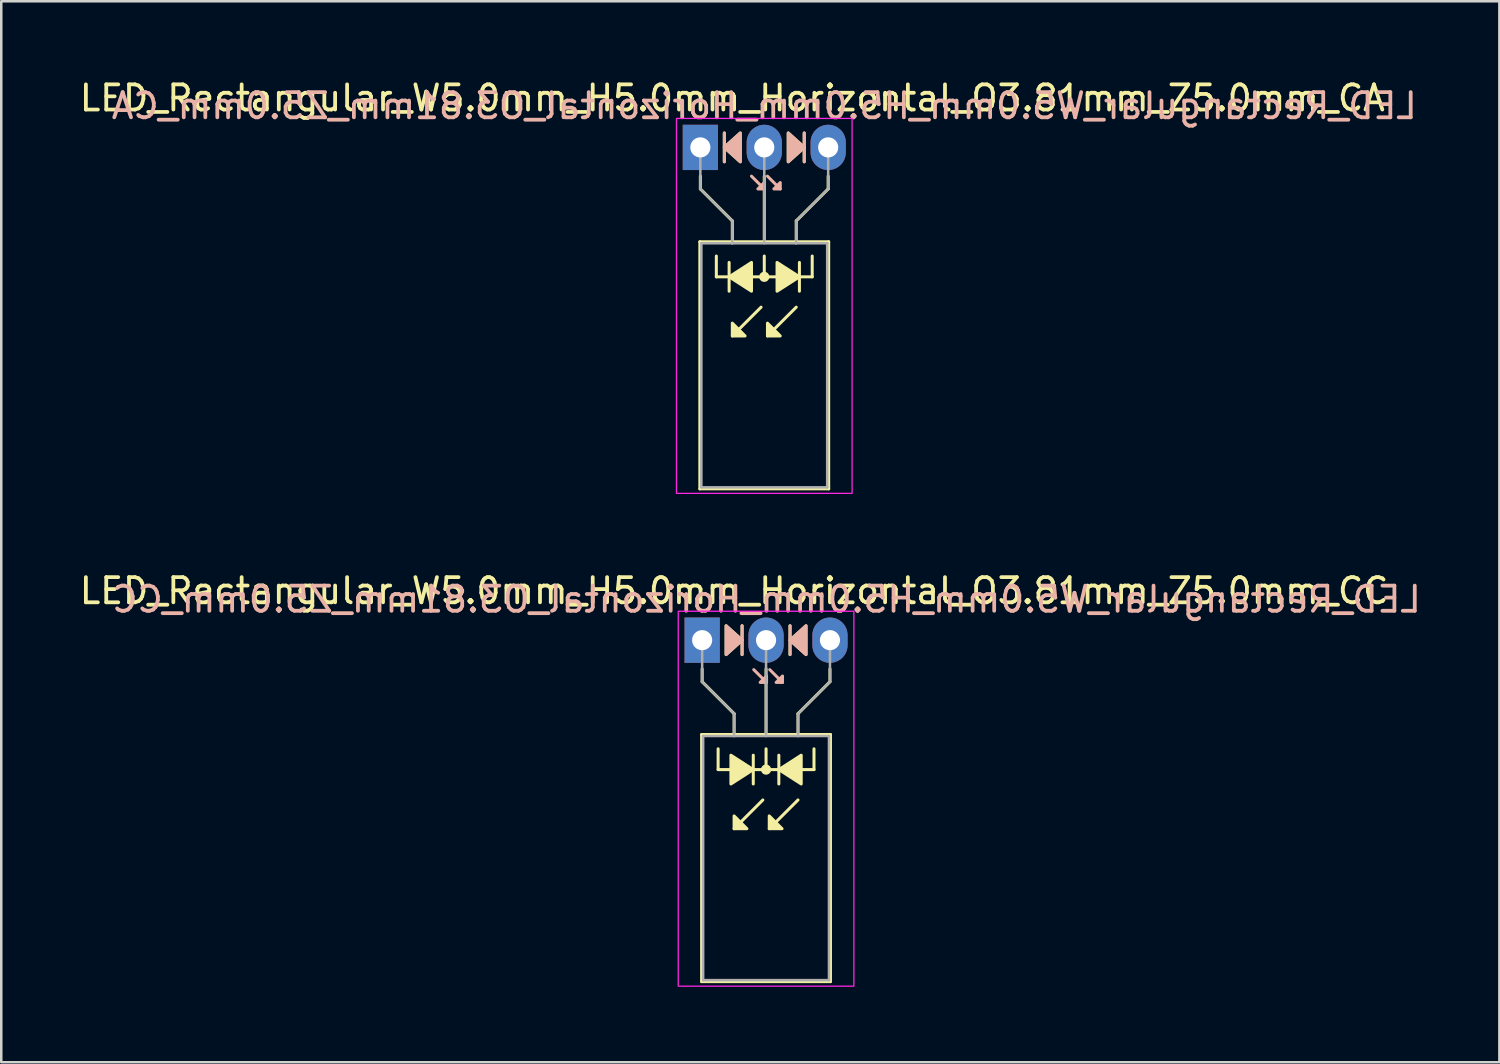
<source format=kicad_pcb>
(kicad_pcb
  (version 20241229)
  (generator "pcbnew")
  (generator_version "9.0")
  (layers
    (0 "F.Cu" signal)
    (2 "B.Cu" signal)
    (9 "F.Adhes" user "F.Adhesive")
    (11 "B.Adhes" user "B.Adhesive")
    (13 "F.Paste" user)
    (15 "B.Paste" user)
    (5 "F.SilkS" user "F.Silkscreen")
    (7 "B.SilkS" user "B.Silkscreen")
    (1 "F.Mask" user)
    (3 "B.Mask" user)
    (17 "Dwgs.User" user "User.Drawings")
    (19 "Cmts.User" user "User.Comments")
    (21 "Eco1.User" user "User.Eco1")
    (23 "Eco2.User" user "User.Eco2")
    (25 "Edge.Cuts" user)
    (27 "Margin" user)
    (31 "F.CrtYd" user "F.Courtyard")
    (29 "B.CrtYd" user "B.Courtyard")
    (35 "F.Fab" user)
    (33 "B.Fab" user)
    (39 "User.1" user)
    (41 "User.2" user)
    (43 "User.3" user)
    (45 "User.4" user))
  (footprint "LED_Rectangular_W5.0mm_H5.0mm_Horizontal_O3.81mm_Z5.0mm_CA"
    (layer "F.Cu")
    (at 24.784 2.808)
    (property "Reference" "LED_Rectangular_W5.0mm_H5.0mm_Horizontal_O3.81mm_Z5.0mm_CA" (at 1.27 -1.96 0) (layer "F.SilkS") (effects (font (size 1 1) (thickness 0.15))))
    (fp_line (start -0.02 3.75) (end -0.02 13.57) (stroke (width 0.12) (type solid)) (layer "F.SilkS"))
    (fp_line (start -0.02 13.57) (end 5.1 13.57) (stroke (width 0.12) (type solid)) (layer "F.SilkS"))
    (fp_line (start 0 1.143) (end 0 1.651) (stroke (width 0.12) (type default)) (layer "F.SilkS"))
    (fp_line (start 0 1.651) (end 1.27 2.921) (stroke (width 0.12) (type default)) (layer "F.SilkS"))
    (fp_line (start 0.635 5.144) (end 0.635 4.318) (stroke (width 0.12) (type default)) (layer "F.SilkS"))
    (fp_line (start 0.635 5.144) (end 4.445 5.144) (stroke (width 0.12) (type default)) (layer "F.SilkS"))
    (fp_line (start 0.953 -0.572) (end 0.953 0.572) (stroke (width 0.12) (type solid)) (layer "F.SilkS"))
    (fp_line (start 1.143 4.572) (end 1.143 5.715) (stroke (width 0.12) (type solid)) (layer "F.SilkS"))
    (fp_line (start 1.27 2.921) (end 1.27 3.75) (stroke (width 0.12) (type default)) (layer "F.SilkS"))
    (fp_line (start 1.27 3.75) (end 1.27 3.75) (stroke (width 0.12) (type solid)) (layer "F.SilkS"))
    (fp_line (start 2.413 6.35) (end 1.27 7.493) (stroke (width 0.12) (type solid)) (layer "F.SilkS"))
    (fp_line (start 2.54 3.75) (end 2.54 1.143) (stroke (width 0.12) (type default)) (layer "F.SilkS"))
    (fp_line (start 2.54 5.144) (end 2.54 4.318) (stroke (width 0.12) (type default)) (layer "F.SilkS"))
    (fp_line (start 3.81 2.921) (end 3.81 3.75) (stroke (width 0.12) (type default)) (layer "F.SilkS"))
    (fp_line (start 3.81 3.75) (end 3.81 3.75) (stroke (width 0.12) (type solid)) (layer "F.SilkS"))
    (fp_line (start 3.81 6.35) (end 2.667 7.493) (stroke (width 0.12) (type solid)) (layer "F.SilkS"))
    (fp_line (start 3.937 5.715) (end 3.937 4.572) (stroke (width 0.12) (type solid)) (layer "F.SilkS"))
    (fp_line (start 4.128 0.572) (end 4.128 -0.572) (stroke (width 0.12) (type solid)) (layer "F.SilkS"))
    (fp_line (start 4.445 5.144) (end 4.445 4.318) (stroke (width 0.12) (type default)) (layer "F.SilkS"))
    (fp_line (start 5.08 1.143) (end 5.08 1.651) (stroke (width 0.12) (type default)) (layer "F.SilkS"))
    (fp_line (start 5.08 1.651) (end 3.81 2.921) (stroke (width 0.12) (type default)) (layer "F.SilkS"))
    (fp_line (start 5.1 3.75) (end -0.02 3.75) (stroke (width 0.12) (type solid)) (layer "F.SilkS"))
    (fp_line (start 5.1 13.57) (end 5.1 3.75) (stroke (width 0.12) (type solid)) (layer "F.SilkS"))
    (fp_circle (center 2.54 5.144) (end 2.682 5.144) (stroke (width 0.12) (type solid)) (fill yes) (layer "F.SilkS"))
    (fp_poly (pts (xy 1.27 6.985) (xy 1.778 7.493) (xy 1.27 7.493)) (stroke (width 0.12) (type solid)) (fill yes) (layer "F.SilkS"))
    (fp_poly (pts (xy 1.587 0.572) (xy 0.953 0) (xy 1.587 -0.572)) (stroke (width 0.12) (type solid)) (fill yes) (layer "F.SilkS"))
    (fp_poly (pts (xy 2.032 5.715) (xy 1.143 5.144) (xy 2.032 4.572)) (stroke (width 0.12) (type solid)) (fill yes) (layer "F.SilkS"))
    (fp_poly (pts (xy 2.667 6.985) (xy 3.175 7.493) (xy 2.667 7.493)) (stroke (width 0.12) (type solid)) (fill yes) (layer "F.SilkS"))
    (fp_poly (pts (xy 3.048 4.572) (xy 3.937 5.144) (xy 3.048 5.715)) (stroke (width 0.12) (type solid)) (fill yes) (layer "F.SilkS"))
    (fp_poly (pts (xy 3.493 -0.572) (xy 4.128 0) (xy 3.493 0.572)) (stroke (width 0.12) (type solid)) (fill yes) (layer "F.SilkS"))
    (fp_line (start 0.953 -0.572) (end 0.953 0.572) (stroke (width 0.12) (type solid)) (layer "B.SilkS"))
    (fp_line (start 2.54 1.651) (end 2.032 1.143) (stroke (width 0.12) (type solid)) (layer "B.SilkS"))
    (fp_line (start 3.175 1.651) (end 2.667 1.143) (stroke (width 0.12) (type solid)) (layer "B.SilkS"))
    (fp_line (start 4.128 0.572) (end 4.128 -0.572) (stroke (width 0.12) (type solid)) (layer "B.SilkS"))
    (fp_poly (pts (xy 1.587 0.572) (xy 0.953 0) (xy 1.587 -0.572)) (stroke (width 0.12) (type solid)) (fill yes) (layer "B.SilkS"))
    (fp_poly (pts (xy 2.54 1.397) (xy 2.286 1.651) (xy 2.54 1.651)) (stroke (width 0.12) (type solid)) (fill yes) (layer "B.SilkS"))
    (fp_poly (pts (xy 3.175 1.397) (xy 2.921 1.651) (xy 3.175 1.651)) (stroke (width 0.12) (type solid)) (fill yes) (layer "B.SilkS"))
    (fp_poly (pts (xy 3.493 0.572) (xy 4.128 0) (xy 3.493 -0.572)) (stroke (width 0.12) (type solid)) (fill yes) (layer "B.SilkS"))
    (fp_rect (start -0.95 -1.15) (end 6.03 13.75) (stroke (width 0.05) (type default)) (fill no) (layer "F.CrtYd"))
    (fp_line (start 0 0) (end 0 0) (stroke (width 0.1) (type solid)) (layer "F.Fab"))
    (fp_line (start 0 1.651) (end 0 0) (stroke (width 0.1) (type default)) (layer "F.Fab"))
    (fp_line (start 0.04 3.81) (end 0.04 13.51) (stroke (width 0.1) (type solid)) (layer "F.Fab"))
    (fp_line (start 0.04 13.51) (end 5.04 13.51) (stroke (width 0.1) (type solid)) (layer "F.Fab"))
    (fp_line (start 1.27 2.921) (end 0 1.651) (stroke (width 0.1) (type default)) (layer "F.Fab"))
    (fp_line (start 1.27 2.921) (end 1.27 3.81) (stroke (width 0.1) (type default)) (layer "F.Fab"))
    (fp_line (start 1.27 3.81) (end 1.27 3.81) (stroke (width 0.1) (type solid)) (layer "F.Fab"))
    (fp_line (start 2.54 0) (end 2.54 0) (stroke (width 0.1) (type solid)) (layer "F.Fab"))
    (fp_line (start 2.54 0) (end 2.54 3.81) (stroke (width 0.1) (type default)) (layer "F.Fab"))
    (fp_line (start 3.81 2.921) (end 3.81 3.81) (stroke (width 0.1) (type default)) (layer "F.Fab"))
    (fp_line (start 3.81 2.921) (end 5.08 1.651) (stroke (width 0.1) (type default)) (layer "F.Fab"))
    (fp_line (start 3.81 3.81) (end 3.81 3.81) (stroke (width 0.1) (type solid)) (layer "F.Fab"))
    (fp_line (start 5.04 3.81) (end 0.04 3.81) (stroke (width 0.1) (type solid)) (layer "F.Fab"))
    (fp_line (start 5.04 13.51) (end 5.04 3.81) (stroke (width 0.1) (type solid)) (layer "F.Fab"))
    (fp_line (start 5.08 1.651) (end 5.08 0) (stroke (width 0.1) (type default)) (layer "F.Fab"))
    (fp_text user "${REFERENCE}" (at 2.54 -1.651 0) (layer "B.SilkS") (effects (font (size 1 1) (thickness 0.15)) (justify mirror)))
    (pad "1" thru_hole rect (at 0 0) (size 1.4 1.8) (drill 0.8) (layers "*.Cu" "*.Mask"))
    (pad "2" thru_hole oval (at 2.54 0) (size 1.4 1.8) (drill 0.8) (layers "*.Cu" "*.Mask"))
    (pad "3" thru_hole oval (at 5.08 0) (size 1.4 1.8) (drill 0.8) (layers "*.Cu" "*.Mask")))
  (footprint "LED_Rectangular_W5.0mm_H5.0mm_Horizontal_O3.81mm_Z5.0mm_CC"
    (layer "F.Cu")
    (at 24.855 22.392)
    (property "Reference" "LED_Rectangular_W5.0mm_H5.0mm_Horizontal_O3.81mm_Z5.0mm_CC" (at 1.27 -1.96 0) (layer "F.SilkS") (effects (font (size 1 1) (thickness 0.15))))
    (fp_line (start -0.02 3.75) (end -0.02 13.57) (stroke (width 0.12) (type solid)) (layer "F.SilkS"))
    (fp_line (start -0.02 13.57) (end 5.1 13.57) (stroke (width 0.12) (type solid)) (layer "F.SilkS"))
    (fp_line (start 0 1.143) (end 0 1.651) (stroke (width 0.12) (type default)) (layer "F.SilkS"))
    (fp_line (start 0 1.651) (end 1.27 2.921) (stroke (width 0.12) (type default)) (layer "F.SilkS"))
    (fp_line (start 0.635 5.144) (end 0.635 4.318) (stroke (width 0.12) (type default)) (layer "F.SilkS"))
    (fp_line (start 0.635 5.144) (end 4.445 5.144) (stroke (width 0.12) (type default)) (layer "F.SilkS"))
    (fp_line (start 1.27 2.921) (end 1.27 3.75) (stroke (width 0.12) (type default)) (layer "F.SilkS"))
    (fp_line (start 1.27 3.75) (end 1.27 3.75) (stroke (width 0.12) (type solid)) (layer "F.SilkS"))
    (fp_line (start 1.587 0.572) (end 1.587 -0.572) (stroke (width 0.12) (type solid)) (layer "F.SilkS"))
    (fp_line (start 2.032 5.715) (end 2.032 4.572) (stroke (width 0.12) (type solid)) (layer "F.SilkS"))
    (fp_line (start 2.413 6.35) (end 1.27 7.493) (stroke (width 0.12) (type solid)) (layer "F.SilkS"))
    (fp_line (start 2.54 3.75) (end 2.54 1.143) (stroke (width 0.12) (type default)) (layer "F.SilkS"))
    (fp_line (start 2.54 5.144) (end 2.54 4.318) (stroke (width 0.12) (type default)) (layer "F.SilkS"))
    (fp_line (start 3.048 4.572) (end 3.048 5.715) (stroke (width 0.12) (type solid)) (layer "F.SilkS"))
    (fp_line (start 3.493 -0.572) (end 3.493 0.572) (stroke (width 0.12) (type solid)) (layer "F.SilkS"))
    (fp_line (start 3.81 2.921) (end 3.81 3.75) (stroke (width 0.12) (type default)) (layer "F.SilkS"))
    (fp_line (start 3.81 3.75) (end 3.81 3.75) (stroke (width 0.12) (type solid)) (layer "F.SilkS"))
    (fp_line (start 3.81 6.35) (end 2.667 7.493) (stroke (width 0.12) (type solid)) (layer "F.SilkS"))
    (fp_line (start 4.445 5.144) (end 4.445 4.318) (stroke (width 0.12) (type default)) (layer "F.SilkS"))
    (fp_line (start 5.08 1.143) (end 5.08 1.651) (stroke (width 0.12) (type default)) (layer "F.SilkS"))
    (fp_line (start 5.08 1.651) (end 3.81 2.921) (stroke (width 0.12) (type default)) (layer "F.SilkS"))
    (fp_line (start 5.1 3.75) (end -0.02 3.75) (stroke (width 0.12) (type solid)) (layer "F.SilkS"))
    (fp_line (start 5.1 13.57) (end 5.1 3.75) (stroke (width 0.12) (type solid)) (layer "F.SilkS"))
    (fp_circle (center 2.54 5.144) (end 2.682 5.144) (stroke (width 0.12) (type solid)) (fill yes) (layer "F.SilkS"))
    (fp_poly (pts (xy 0.953 -0.572) (xy 1.587 0) (xy 0.953 0.572)) (stroke (width 0.12) (type solid)) (fill yes) (layer "F.SilkS"))
    (fp_poly (pts (xy 1.143 4.572) (xy 2.032 5.144) (xy 1.143 5.715)) (stroke (width 0.12) (type solid)) (fill yes) (layer "F.SilkS"))
    (fp_poly (pts (xy 1.27 6.985) (xy 1.778 7.493) (xy 1.27 7.493)) (stroke (width 0.12) (type solid)) (fill yes) (layer "F.SilkS"))
    (fp_poly (pts (xy 2.667 6.985) (xy 3.175 7.493) (xy 2.667 7.493)) (stroke (width 0.12) (type solid)) (fill yes) (layer "F.SilkS"))
    (fp_poly (pts (xy 3.937 5.715) (xy 3.048 5.144) (xy 3.937 4.572)) (stroke (width 0.12) (type solid)) (fill yes) (layer "F.SilkS"))
    (fp_poly (pts (xy 4.128 0.572) (xy 3.493 0) (xy 4.128 -0.572)) (stroke (width 0.12) (type solid)) (fill yes) (layer "F.SilkS"))
    (fp_line (start 1.587 0.572) (end 1.587 -0.572) (stroke (width 0.12) (type solid)) (layer "B.SilkS"))
    (fp_line (start 2.559 1.679) (end 2.051 1.171) (stroke (width 0.12) (type solid)) (layer "B.SilkS"))
    (fp_line (start 3.194 1.679) (end 2.686 1.171) (stroke (width 0.12) (type solid)) (layer "B.SilkS"))
    (fp_line (start 3.493 -0.572) (end 3.493 0.572) (stroke (width 0.12) (type solid)) (layer "B.SilkS"))
    (fp_poly (pts (xy 0.953 0.572) (xy 1.587 0) (xy 0.953 -0.572)) (stroke (width 0.12) (type solid)) (fill yes) (layer "B.SilkS"))
    (fp_poly (pts (xy 2.559 1.425) (xy 2.305 1.679) (xy 2.559 1.679)) (stroke (width 0.12) (type solid)) (fill yes) (layer "B.SilkS"))
    (fp_poly (pts (xy 3.194 1.425) (xy 2.94 1.679) (xy 3.194 1.679)) (stroke (width 0.12) (type solid)) (fill yes) (layer "B.SilkS"))
    (fp_poly (pts (xy 4.128 0.572) (xy 3.493 0) (xy 4.128 -0.572)) (stroke (width 0.12) (type solid)) (fill yes) (layer "B.SilkS"))
    (fp_rect (start -0.95 -1.15) (end 6.03 13.75) (stroke (width 0.05) (type default)) (fill no) (layer "F.CrtYd"))
    (fp_line (start 0 0) (end 0 0) (stroke (width 0.1) (type solid)) (layer "F.Fab"))
    (fp_line (start 0 1.651) (end 0 0) (stroke (width 0.1) (type default)) (layer "F.Fab"))
    (fp_line (start 0.04 3.81) (end 0.04 13.51) (stroke (width 0.1) (type solid)) (layer "F.Fab"))
    (fp_line (start 0.04 13.51) (end 5.04 13.51) (stroke (width 0.1) (type solid)) (layer "F.Fab"))
    (fp_line (start 1.27 2.921) (end 0 1.651) (stroke (width 0.1) (type default)) (layer "F.Fab"))
    (fp_line (start 1.27 2.921) (end 1.27 3.81) (stroke (width 0.1) (type default)) (layer "F.Fab"))
    (fp_line (start 1.27 3.81) (end 1.27 3.81) (stroke (width 0.1) (type solid)) (layer "F.Fab"))
    (fp_line (start 2.54 0) (end 2.54 0) (stroke (width 0.1) (type solid)) (layer "F.Fab"))
    (fp_line (start 2.54 0) (end 2.54 3.81) (stroke (width 0.1) (type default)) (layer "F.Fab"))
    (fp_line (start 3.81 2.921) (end 3.81 3.81) (stroke (width 0.1) (type default)) (layer "F.Fab"))
    (fp_line (start 3.81 2.921) (end 5.08 1.651) (stroke (width 0.1) (type default)) (layer "F.Fab"))
    (fp_line (start 3.81 3.81) (end 3.81 3.81) (stroke (width 0.1) (type solid)) (layer "F.Fab"))
    (fp_line (start 5.04 3.81) (end 0.04 3.81) (stroke (width 0.1) (type solid)) (layer "F.Fab"))
    (fp_line (start 5.04 13.51) (end 5.04 3.81) (stroke (width 0.1) (type solid)) (layer "F.Fab"))
    (fp_line (start 5.08 1.651) (end 5.08 0) (stroke (width 0.1) (type default)) (layer "F.Fab"))
    (fp_text user "${REFERENCE}" (at 2.559 -1.623 0) (layer "B.SilkS") (effects (font (size 1 1) (thickness 0.15)) (justify mirror)))
    (pad "1" thru_hole rect (at 0 0) (size 1.4 1.8) (drill 0.8) (layers "*.Cu" "*.Mask"))
    (pad "2" thru_hole oval (at 2.54 0) (size 1.4 1.8) (drill 0.8) (layers "*.Cu" "*.Mask"))
    (pad "3" thru_hole oval (at 5.08 0) (size 1.4 1.8) (drill 0.8) (layers "*.Cu" "*.Mask")))
  (gr_rect
    (start -3 -3)
    (end 56.539 39.166)
    (stroke (width 0.1) (type default))
    (fill no)
    (layer "Edge.Cuts")))
</source>
